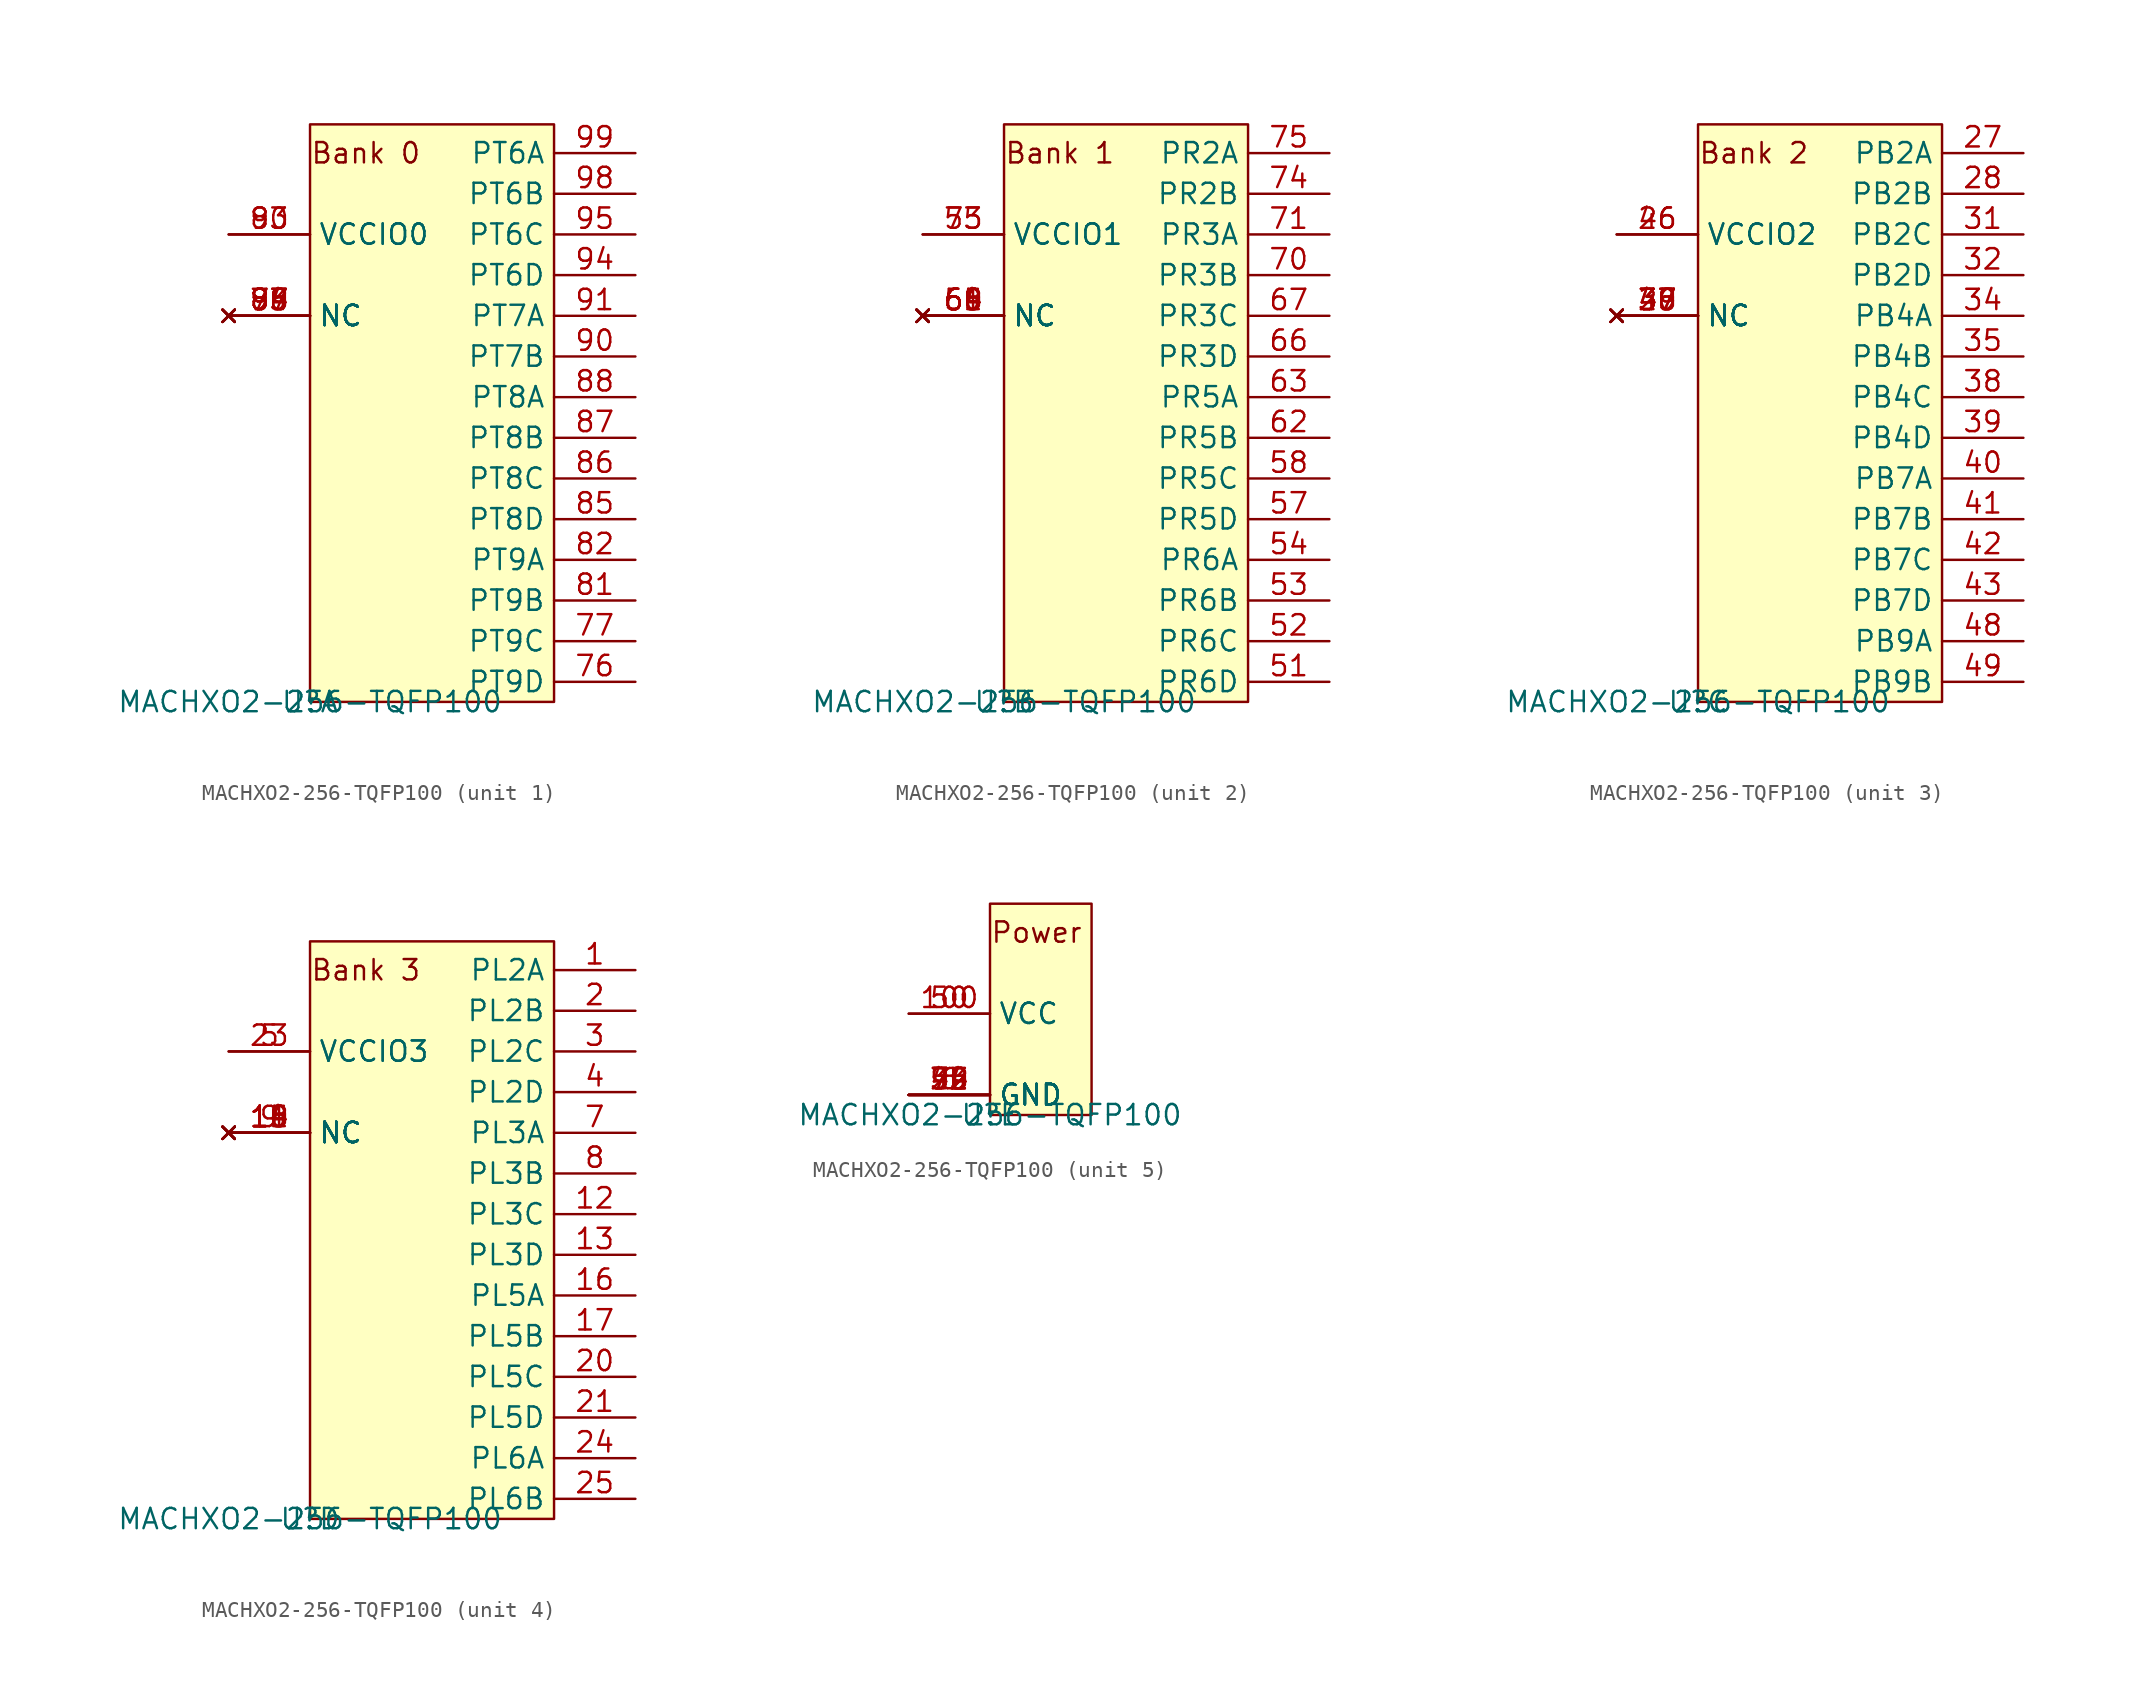
<source format=kicad_sym>
(kicad_symbol_lib
  (version 20211014)
  (generator kicad_symbol_editor)
  (symbol "MACHXO2-256-TQFP100"
    (property "Reference" "U"
      (at 0 0 0)
      (effects (font (size 1.27 1.27))))
    (property "Value" "MACHXO2-256-TQFP100"
      (at 0 0 0)
      (effects (font (size 1.27 1.27))))
    (property "ki_locked" ""
      (at 0 0 0)
      (effects (font (size 1.27 1.27))))
    (symbol "MACHXO2-256-TQFP100_1_0"
      (pin power_in line (at -5.08 29.194 0) (length 5.08) (name "VCCIO0" (effects (font (size 1.27 1.27)))) (number "80" (effects (font (size 1.27 1.27)))))
      (pin power_in line (at -5.08 29.194 0) (length 5.08) (name "VCCIO0" (effects (font (size 1.27 1.27)))) (number "93" (effects (font (size 1.27 1.27)))))
      (pin no_connect line (at -5.08 24.114 0) (length 5.08) (name "NC" (effects (font (size 1.27 1.27)))) (number "78" (effects (font (size 1.27 1.27)))))
      (pin no_connect line (at -5.08 24.114 0) (length 5.08) (name "NC" (effects (font (size 1.27 1.27)))) (number "83" (effects (font (size 1.27 1.27)))))
      (pin no_connect line (at -5.08 24.114 0) (length 5.08) (name "NC" (effects (font (size 1.27 1.27)))) (number "84" (effects (font (size 1.27 1.27)))))
      (pin no_connect line (at -5.08 24.114 0) (length 5.08) (name "NC" (effects (font (size 1.27 1.27)))) (number "96" (effects (font (size 1.27 1.27)))))
      (pin no_connect line (at -5.08 24.114 0) (length 5.08) (name "NC" (effects (font (size 1.27 1.27)))) (number "97" (effects (font (size 1.27 1.27)))))
      (pin no_connect line (at -5.08 24.114 0) (length 5.08) (name "NC" (effects (font (size 1.27 1.27)))) (number "89" (effects (font (size 1.27 1.27)))))
      (pin bidirectional line (at 20.32 34.274 180) (length 5.08) (name "PT6A" (effects (font (size 1.27 1.27)))) (number "99" (effects (font (size 1.27 1.27)))))
      (pin bidirectional line (at 20.32 31.734 180) (length 5.08) (name "PT6B" (effects (font (size 1.27 1.27)))) (number "98" (effects (font (size 1.27 1.27)))))
      (pin bidirectional line (at 20.32 29.194 180) (length 5.08) (name "PT6C" (effects (font (size 1.27 1.27)))) (number "95" (effects (font (size 1.27 1.27)))))
      (pin bidirectional line (at 20.32 26.654 180) (length 5.08) (name "PT6D" (effects (font (size 1.27 1.27)))) (number "94" (effects (font (size 1.27 1.27)))))
      (pin bidirectional line (at 20.32 24.114 180) (length 5.08) (name "PT7A" (effects (font (size 1.27 1.27)))) (number "91" (effects (font (size 1.27 1.27)))))
      (pin bidirectional line (at 20.32 21.574 180) (length 5.08) (name "PT7B" (effects (font (size 1.27 1.27)))) (number "90" (effects (font (size 1.27 1.27)))))
      (pin bidirectional line (at 20.32 19.034 180) (length 5.08) (name "PT8A" (effects (font (size 1.27 1.27)))) (number "88" (effects (font (size 1.27 1.27)))))
      (pin bidirectional line (at 20.32 16.494 180) (length 5.08) (name "PT8B" (effects (font (size 1.27 1.27)))) (number "87" (effects (font (size 1.27 1.27)))))
      (pin bidirectional line (at 20.32 13.954 180) (length 5.08) (name "PT8C" (effects (font (size 1.27 1.27)))) (number "86" (effects (font (size 1.27 1.27)))))
      (pin bidirectional line (at 20.32 11.414 180) (length 5.08) (name "PT8D" (effects (font (size 1.27 1.27)))) (number "85" (effects (font (size 1.27 1.27)))))
      (pin bidirectional line (at 20.32 8.874 180) (length 5.08) (name "PT9A" (effects (font (size 1.27 1.27)))) (number "82" (effects (font (size 1.27 1.27)))))
      (pin bidirectional line (at 20.32 6.334 180) (length 5.08) (name "PT9B" (effects (font (size 1.27 1.27)))) (number "81" (effects (font (size 1.27 1.27)))))
      (pin bidirectional line (at 20.32 3.794 180) (length 5.08) (name "PT9C" (effects (font (size 1.27 1.27)))) (number "77" (effects (font (size 1.27 1.27)))))
      (pin bidirectional line (at 20.32 1.254 180) (length 5.08) (name "PT9D" (effects (font (size 1.27 1.27)))) (number "76" (effects (font (size 1.27 1.27))))))
    (symbol "MACHXO2-256-TQFP100_1_1"
      (rectangle (start 0 0) (end 15.24 36.068) (stroke (width 0) (type default) (color 0 0 0 0)) (fill (type background)))
      (text "Bank 0" (at 0 34.274 0) (effects (font (size 1.27 1.27)) (justify left))))
    (symbol "MACHXO2-256-TQFP100_2_0"
      (pin power_in line (at -5.08 29.194 0) (length 5.08) (name "VCCIO1" (effects (font (size 1.27 1.27)))) (number "55" (effects (font (size 1.27 1.27)))))
      (pin power_in line (at -5.08 29.194 0) (length 5.08) (name "VCCIO1" (effects (font (size 1.27 1.27)))) (number "73" (effects (font (size 1.27 1.27)))))
      (pin no_connect line (at -5.08 24.114 0) (length 5.08) (name "NC" (effects (font (size 1.27 1.27)))) (number "59" (effects (font (size 1.27 1.27)))))
      (pin no_connect line (at -5.08 24.114 0) (length 5.08) (name "NC" (effects (font (size 1.27 1.27)))) (number "60" (effects (font (size 1.27 1.27)))))
      (pin no_connect line (at -5.08 24.114 0) (length 5.08) (name "NC" (effects (font (size 1.27 1.27)))) (number "61" (effects (font (size 1.27 1.27)))))
      (pin no_connect line (at -5.08 24.114 0) (length 5.08) (name "NC" (effects (font (size 1.27 1.27)))) (number "64" (effects (font (size 1.27 1.27)))))
      (pin no_connect line (at -5.08 24.114 0) (length 5.08) (name "NC" (effects (font (size 1.27 1.27)))) (number "65" (effects (font (size 1.27 1.27)))))
      (pin no_connect line (at -5.08 24.114 0) (length 5.08) (name "NC" (effects (font (size 1.27 1.27)))) (number "68" (effects (font (size 1.27 1.27)))))
      (pin no_connect line (at -5.08 24.114 0) (length 5.08) (name "NC" (effects (font (size 1.27 1.27)))) (number "69" (effects (font (size 1.27 1.27)))))
      (pin bidirectional line (at 20.32 34.274 180) (length 5.08) (name "PR2A" (effects (font (size 1.27 1.27)))) (number "75" (effects (font (size 1.27 1.27)))))
      (pin bidirectional line (at 20.32 31.734 180) (length 5.08) (name "PR2B" (effects (font (size 1.27 1.27)))) (number "74" (effects (font (size 1.27 1.27)))))
      (pin bidirectional line (at 20.32 29.194 180) (length 5.08) (name "PR3A" (effects (font (size 1.27 1.27)))) (number "71" (effects (font (size 1.27 1.27)))))
      (pin bidirectional line (at 20.32 26.654 180) (length 5.08) (name "PR3B" (effects (font (size 1.27 1.27)))) (number "70" (effects (font (size 1.27 1.27)))))
      (pin bidirectional line (at 20.32 24.114 180) (length 5.08) (name "PR3C" (effects (font (size 1.27 1.27)))) (number "67" (effects (font (size 1.27 1.27)))))
      (pin bidirectional line (at 20.32 21.574 180) (length 5.08) (name "PR3D" (effects (font (size 1.27 1.27)))) (number "66" (effects (font (size 1.27 1.27)))))
      (pin bidirectional line (at 20.32 19.034 180) (length 5.08) (name "PR5A" (effects (font (size 1.27 1.27)))) (number "63" (effects (font (size 1.27 1.27)))))
      (pin bidirectional line (at 20.32 16.494 180) (length 5.08) (name "PR5B" (effects (font (size 1.27 1.27)))) (number "62" (effects (font (size 1.27 1.27)))))
      (pin bidirectional line (at 20.32 13.954 180) (length 5.08) (name "PR5C" (effects (font (size 1.27 1.27)))) (number "58" (effects (font (size 1.27 1.27)))))
      (pin bidirectional line (at 20.32 11.414 180) (length 5.08) (name "PR5D" (effects (font (size 1.27 1.27)))) (number "57" (effects (font (size 1.27 1.27)))))
      (pin bidirectional line (at 20.32 8.874 180) (length 5.08) (name "PR6A" (effects (font (size 1.27 1.27)))) (number "54" (effects (font (size 1.27 1.27)))))
      (pin bidirectional line (at 20.32 6.334 180) (length 5.08) (name "PR6B" (effects (font (size 1.27 1.27)))) (number "53" (effects (font (size 1.27 1.27)))))
      (pin bidirectional line (at 20.32 3.794 180) (length 5.08) (name "PR6C" (effects (font (size 1.27 1.27)))) (number "52" (effects (font (size 1.27 1.27)))))
      (pin bidirectional line (at 20.32 1.254 180) (length 5.08) (name "PR6D" (effects (font (size 1.27 1.27)))) (number "51" (effects (font (size 1.27 1.27))))))
    (symbol "MACHXO2-256-TQFP100_2_1"
      (rectangle (start 0 0) (end 15.24 36.068) (stroke (width 0) (type default) (color 0 0 0 0)) (fill (type background)))
      (text "Bank 1" (at 0 34.274 0) (effects (font (size 1.27 1.27)) (justify left))))
    (symbol "MACHXO2-256-TQFP100_3_0"
      (pin power_in line (at -5.08 29.194 0) (length 5.08) (name "VCCIO2" (effects (font (size 1.27 1.27)))) (number "26" (effects (font (size 1.27 1.27)))))
      (pin power_in line (at -5.08 29.194 0) (length 5.08) (name "VCCIO2" (effects (font (size 1.27 1.27)))) (number "46" (effects (font (size 1.27 1.27)))))
      (pin no_connect line (at -5.08 24.114 0) (length 5.08) (name "NC" (effects (font (size 1.27 1.27)))) (number "29" (effects (font (size 1.27 1.27)))))
      (pin no_connect line (at -5.08 24.114 0) (length 5.08) (name "NC" (effects (font (size 1.27 1.27)))) (number "30" (effects (font (size 1.27 1.27)))))
      (pin no_connect line (at -5.08 24.114 0) (length 5.08) (name "NC" (effects (font (size 1.27 1.27)))) (number "36" (effects (font (size 1.27 1.27)))))
      (pin no_connect line (at -5.08 24.114 0) (length 5.08) (name "NC" (effects (font (size 1.27 1.27)))) (number "37" (effects (font (size 1.27 1.27)))))
      (pin no_connect line (at -5.08 24.114 0) (length 5.08) (name "NC" (effects (font (size 1.27 1.27)))) (number "45" (effects (font (size 1.27 1.27)))))
      (pin no_connect line (at -5.08 24.114 0) (length 5.08) (name "NC" (effects (font (size 1.27 1.27)))) (number "47" (effects (font (size 1.27 1.27)))))
      (pin bidirectional line (at 20.32 34.274 180) (length 5.08) (name "PB2A" (effects (font (size 1.27 1.27)))) (number "27" (effects (font (size 1.27 1.27)))))
      (pin bidirectional line (at 20.32 31.734 180) (length 5.08) (name "PB2B" (effects (font (size 1.27 1.27)))) (number "28" (effects (font (size 1.27 1.27)))))
      (pin bidirectional line (at 20.32 29.194 180) (length 5.08) (name "PB2C" (effects (font (size 1.27 1.27)))) (number "31" (effects (font (size 1.27 1.27)))))
      (pin bidirectional line (at 20.32 26.654 180) (length 5.08) (name "PB2D" (effects (font (size 1.27 1.27)))) (number "32" (effects (font (size 1.27 1.27)))))
      (pin bidirectional line (at 20.32 24.114 180) (length 5.08) (name "PB4A" (effects (font (size 1.27 1.27)))) (number "34" (effects (font (size 1.27 1.27)))))
      (pin bidirectional line (at 20.32 21.574 180) (length 5.08) (name "PB4B" (effects (font (size 1.27 1.27)))) (number "35" (effects (font (size 1.27 1.27)))))
      (pin bidirectional line (at 20.32 19.034 180) (length 5.08) (name "PB4C" (effects (font (size 1.27 1.27)))) (number "38" (effects (font (size 1.27 1.27)))))
      (pin bidirectional line (at 20.32 16.494 180) (length 5.08) (name "PB4D" (effects (font (size 1.27 1.27)))) (number "39" (effects (font (size 1.27 1.27)))))
      (pin bidirectional line (at 20.32 13.954 180) (length 5.08) (name "PB7A" (effects (font (size 1.27 1.27)))) (number "40" (effects (font (size 1.27 1.27)))))
      (pin bidirectional line (at 20.32 11.414 180) (length 5.08) (name "PB7B" (effects (font (size 1.27 1.27)))) (number "41" (effects (font (size 1.27 1.27)))))
      (pin bidirectional line (at 20.32 8.874 180) (length 5.08) (name "PB7C" (effects (font (size 1.27 1.27)))) (number "42" (effects (font (size 1.27 1.27)))))
      (pin bidirectional line (at 20.32 6.334 180) (length 5.08) (name "PB7D" (effects (font (size 1.27 1.27)))) (number "43" (effects (font (size 1.27 1.27)))))
      (pin bidirectional line (at 20.32 3.794 180) (length 5.08) (name "PB9A" (effects (font (size 1.27 1.27)))) (number "48" (effects (font (size 1.27 1.27)))))
      (pin bidirectional line (at 20.32 1.254 180) (length 5.08) (name "PB9B" (effects (font (size 1.27 1.27)))) (number "49" (effects (font (size 1.27 1.27))))))
    (symbol "MACHXO2-256-TQFP100_3_1"
      (rectangle (start 0 0) (end 15.24 36.068) (stroke (width 0) (type default) (color 0 0 0 0)) (fill (type background)))
      (text "Bank 2" (at 0 34.274 0) (effects (font (size 1.27 1.27)) (justify left))))
    (symbol "MACHXO2-256-TQFP100_4_0"
      (pin power_in line (at -5.08 29.194 0) (length 5.08) (name "VCCIO3" (effects (font (size 1.27 1.27)))) (number "5" (effects (font (size 1.27 1.27)))))
      (pin power_in line (at -5.08 29.194 0) (length 5.08) (name "VCCIO3" (effects (font (size 1.27 1.27)))) (number "23" (effects (font (size 1.27 1.27)))))
      (pin no_connect line (at -5.08 24.114 0) (length 5.08) (name "NC" (effects (font (size 1.27 1.27)))) (number "11" (effects (font (size 1.27 1.27)))))
      (pin no_connect line (at -5.08 24.114 0) (length 5.08) (name "NC" (effects (font (size 1.27 1.27)))) (number "14" (effects (font (size 1.27 1.27)))))
      (pin no_connect line (at -5.08 24.114 0) (length 5.08) (name "NC" (effects (font (size 1.27 1.27)))) (number "15" (effects (font (size 1.27 1.27)))))
      (pin no_connect line (at -5.08 24.114 0) (length 5.08) (name "NC" (effects (font (size 1.27 1.27)))) (number "18" (effects (font (size 1.27 1.27)))))
      (pin no_connect line (at -5.08 24.114 0) (length 5.08) (name "NC" (effects (font (size 1.27 1.27)))) (number "19" (effects (font (size 1.27 1.27)))))
      (pin no_connect line (at -5.08 24.114 0) (length 5.08) (name "NC" (effects (font (size 1.27 1.27)))) (number "9" (effects (font (size 1.27 1.27)))))
      (pin no_connect line (at -5.08 24.114 0) (length 5.08) (name "NC" (effects (font (size 1.27 1.27)))) (number "10" (effects (font (size 1.27 1.27)))))
      (pin bidirectional line (at 20.32 34.274 180) (length 5.08) (name "PL2A" (effects (font (size 1.27 1.27)))) (number "1" (effects (font (size 1.27 1.27)))))
      (pin bidirectional line (at 20.32 31.734 180) (length 5.08) (name "PL2B" (effects (font (size 1.27 1.27)))) (number "2" (effects (font (size 1.27 1.27)))))
      (pin bidirectional line (at 20.32 29.194 180) (length 5.08) (name "PL2C" (effects (font (size 1.27 1.27)))) (number "3" (effects (font (size 1.27 1.27)))))
      (pin bidirectional line (at 20.32 26.654 180) (length 5.08) (name "PL2D" (effects (font (size 1.27 1.27)))) (number "4" (effects (font (size 1.27 1.27)))))
      (pin bidirectional line (at 20.32 24.114 180) (length 5.08) (name "PL3A" (effects (font (size 1.27 1.27)))) (number "7" (effects (font (size 1.27 1.27)))))
      (pin bidirectional line (at 20.32 21.574 180) (length 5.08) (name "PL3B" (effects (font (size 1.27 1.27)))) (number "8" (effects (font (size 1.27 1.27)))))
      (pin bidirectional line (at 20.32 19.034 180) (length 5.08) (name "PL3C" (effects (font (size 1.27 1.27)))) (number "12" (effects (font (size 1.27 1.27)))))
      (pin bidirectional line (at 20.32 16.494 180) (length 5.08) (name "PL3D" (effects (font (size 1.27 1.27)))) (number "13" (effects (font (size 1.27 1.27)))))
      (pin bidirectional line (at 20.32 13.954 180) (length 5.08) (name "PL5A" (effects (font (size 1.27 1.27)))) (number "16" (effects (font (size 1.27 1.27)))))
      (pin bidirectional line (at 20.32 11.414 180) (length 5.08) (name "PL5B" (effects (font (size 1.27 1.27)))) (number "17" (effects (font (size 1.27 1.27)))))
      (pin bidirectional line (at 20.32 8.874 180) (length 5.08) (name "PL5C" (effects (font (size 1.27 1.27)))) (number "20" (effects (font (size 1.27 1.27)))))
      (pin bidirectional line (at 20.32 6.334 180) (length 5.08) (name "PL5D" (effects (font (size 1.27 1.27)))) (number "21" (effects (font (size 1.27 1.27)))))
      (pin bidirectional line (at 20.32 3.794 180) (length 5.08) (name "PL6A" (effects (font (size 1.27 1.27)))) (number "24" (effects (font (size 1.27 1.27)))))
      (pin bidirectional line (at 20.32 1.254 180) (length 5.08) (name "PL6B" (effects (font (size 1.27 1.27)))) (number "25" (effects (font (size 1.27 1.27))))))
    (symbol "MACHXO2-256-TQFP100_4_1"
      (rectangle (start 0 0) (end 15.24 36.068) (stroke (width 0) (type default) (color 0 0 0 0)) (fill (type background)))
      (text "Bank 3" (at 0 34.274 0) (effects (font (size 1.27 1.27)) (justify left))))
    (symbol "MACHXO2-256-TQFP100_5_0"
      (pin power_in line (at -5.08 6.334 0) (length 5.08) (name "VCC" (effects (font (size 1.27 1.27)))) (number "50" (effects (font (size 1.27 1.27)))))
      (pin power_in line (at -5.08 6.334 0) (length 5.08) (name "VCC" (effects (font (size 1.27 1.27)))) (number "100" (effects (font (size 1.27 1.27)))))
      (pin power_in line (at -5.08 1.254 0) (length 5.08) (name "GND" (effects (font (size 1.27 1.27)))) (number "6" (effects (font (size 1.27 1.27)))))
      (pin power_in line (at -5.08 1.254 0) (length 5.08) (name "GND" (effects (font (size 1.27 1.27)))) (number "22" (effects (font (size 1.27 1.27)))))
      (pin power_in line (at -5.08 1.254 0) (length 5.08) (name "GND" (effects (font (size 1.27 1.27)))) (number "33" (effects (font (size 1.27 1.27)))))
      (pin power_in line (at -5.08 1.254 0) (length 5.08) (name "GND" (effects (font (size 1.27 1.27)))) (number "44" (effects (font (size 1.27 1.27)))))
      (pin power_in line (at -5.08 1.254 0) (length 5.08) (name "GND" (effects (font (size 1.27 1.27)))) (number "56" (effects (font (size 1.27 1.27)))))
      (pin power_in line (at -5.08 1.254 0) (length 5.08) (name "GND" (effects (font (size 1.27 1.27)))) (number "72" (effects (font (size 1.27 1.27)))))
      (pin power_in line (at -5.08 1.254 0) (length 5.08) (name "GND" (effects (font (size 1.27 1.27)))) (number "79" (effects (font (size 1.27 1.27)))))
      (pin power_in line (at -5.08 1.254 0) (length 5.08) (name "GND" (effects (font (size 1.27 1.27)))) (number "92" (effects (font (size 1.27 1.27))))))
    (symbol "MACHXO2-256-TQFP100_5_1"
      (rectangle (start 0 0) (end 6.35 13.208) (stroke (width 0) (type default) (color 0 0 0 0)) (fill (type background)))
      (text "Power" (at 0 11.414 0) (effects (font (size 1.27 1.27)) (justify left))))))
</source>
